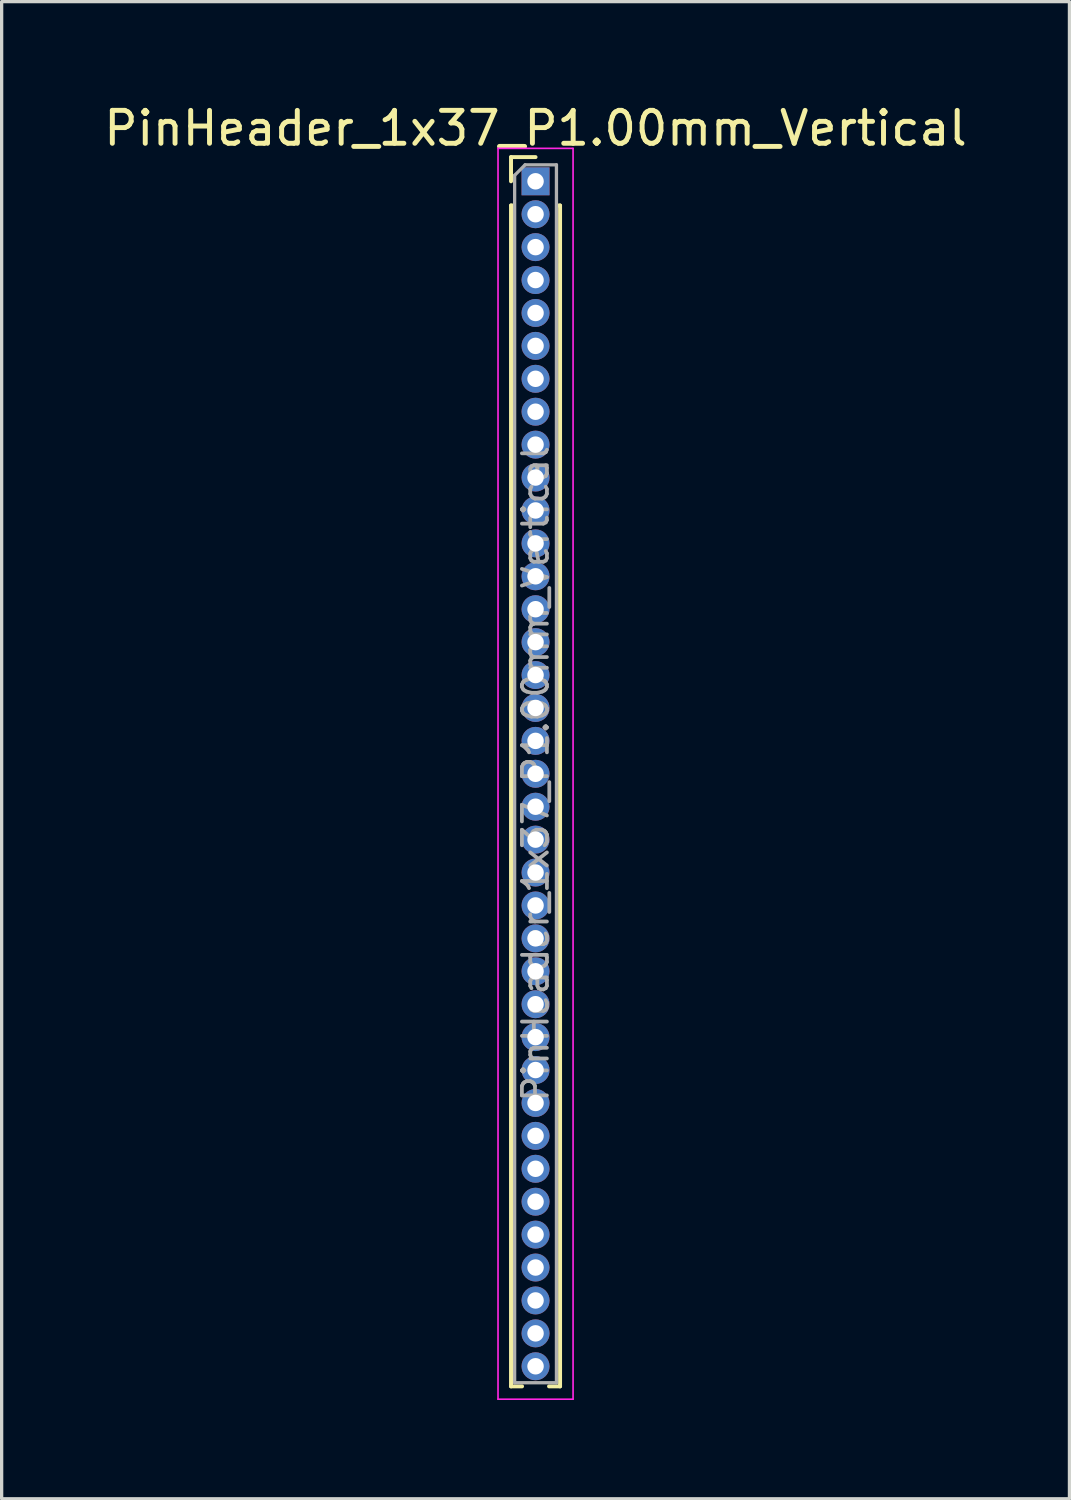
<source format=kicad_pcb>
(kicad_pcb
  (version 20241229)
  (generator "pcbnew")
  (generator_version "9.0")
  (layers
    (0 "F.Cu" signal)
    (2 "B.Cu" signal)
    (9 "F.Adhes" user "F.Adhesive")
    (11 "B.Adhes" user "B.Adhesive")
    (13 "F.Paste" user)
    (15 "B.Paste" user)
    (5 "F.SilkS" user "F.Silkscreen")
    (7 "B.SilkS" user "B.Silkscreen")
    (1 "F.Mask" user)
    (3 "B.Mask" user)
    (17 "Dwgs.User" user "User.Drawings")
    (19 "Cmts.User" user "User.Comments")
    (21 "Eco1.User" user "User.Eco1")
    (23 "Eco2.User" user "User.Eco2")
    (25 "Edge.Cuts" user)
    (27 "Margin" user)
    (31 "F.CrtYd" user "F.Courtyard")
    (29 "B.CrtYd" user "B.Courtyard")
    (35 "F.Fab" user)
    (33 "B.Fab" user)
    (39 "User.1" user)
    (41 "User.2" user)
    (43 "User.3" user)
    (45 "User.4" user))
  (footprint "PinHeader_1x37_P1.00mm_Vertical"
    (layer "F.Cu")
    (at 13.22 2.458)
    (property "Reference" "PinHeader_1x37_P1.00mm_Vertical" (at 0 -1.61 0) (layer "F.SilkS") (effects (font (size 1 1) (thickness 0.15))))
    (attr through_hole)
    (fp_line (start -0.745 -0.735) (end 0 -0.735) (stroke (width 0.12) (type solid)) (layer "F.SilkS"))
    (fp_line (start -0.745 0) (end -0.745 -0.735) (stroke (width 0.12) (type solid)) (layer "F.SilkS"))
    (fp_line (start -0.745 0.735) (end -0.745 36.61) (stroke (width 0.12) (type solid)) (layer "F.SilkS"))
    (fp_line (start -0.745 0.735) (end -0.686 0.735) (stroke (width 0.12) (type solid)) (layer "F.SilkS"))
    (fp_line (start -0.745 36.61) (end -0.41 36.61) (stroke (width 0.12) (type solid)) (layer "F.SilkS"))
    (fp_line (start 0.41 36.61) (end 0.745 36.61) (stroke (width 0.12) (type solid)) (layer "F.SilkS"))
    (fp_line (start 0.686 0.735) (end 0.745 0.735) (stroke (width 0.12) (type solid)) (layer "F.SilkS"))
    (fp_line (start 0.745 0.735) (end 0.745 36.61) (stroke (width 0.12) (type solid)) (layer "F.SilkS"))
    (fp_line (start -1.14 -1) (end -1.14 37) (stroke (width 0.05) (type solid)) (layer "F.CrtYd"))
    (fp_line (start -1.14 37) (end 1.14 37) (stroke (width 0.05) (type solid)) (layer "F.CrtYd"))
    (fp_line (start 1.14 -1) (end -1.14 -1) (stroke (width 0.05) (type solid)) (layer "F.CrtYd"))
    (fp_line (start 1.14 37) (end 1.14 -1) (stroke (width 0.05) (type solid)) (layer "F.CrtYd"))
    (fp_line (start -0.635 -0.182) (end -0.318 -0.5) (stroke (width 0.1) (type solid)) (layer "F.Fab"))
    (fp_line (start -0.635 36.5) (end -0.635 -0.182) (stroke (width 0.1) (type solid)) (layer "F.Fab"))
    (fp_line (start -0.318 -0.5) (end 0.635 -0.5) (stroke (width 0.1) (type solid)) (layer "F.Fab"))
    (fp_line (start 0.635 -0.5) (end 0.635 36.5) (stroke (width 0.1) (type solid)) (layer "F.Fab"))
    (fp_line (start 0.635 36.5) (end -0.635 36.5) (stroke (width 0.1) (type solid)) (layer "F.Fab"))
    (fp_text user "${REFERENCE}" (at 0 18 90) (layer "F.Fab") (effects (font (size 0.76 0.76) (thickness 0.114))))
    (pad "1" thru_hole rect (at 0 0) (size 0.85 0.85) (drill 0.5) (layers "*.Cu" "*.Mask"))
    (pad "2" thru_hole circle (at 0 1) (size 0.85 0.85) (drill 0.5) (layers "*.Cu" "*.Mask"))
    (pad "3" thru_hole circle (at 0 2) (size 0.85 0.85) (drill 0.5) (layers "*.Cu" "*.Mask"))
    (pad "4" thru_hole circle (at 0 3) (size 0.85 0.85) (drill 0.5) (layers "*.Cu" "*.Mask"))
    (pad "5" thru_hole circle (at 0 4) (size 0.85 0.85) (drill 0.5) (layers "*.Cu" "*.Mask"))
    (pad "6" thru_hole circle (at 0 5) (size 0.85 0.85) (drill 0.5) (layers "*.Cu" "*.Mask"))
    (pad "7" thru_hole circle (at 0 6) (size 0.85 0.85) (drill 0.5) (layers "*.Cu" "*.Mask"))
    (pad "8" thru_hole circle (at 0 7) (size 0.85 0.85) (drill 0.5) (layers "*.Cu" "*.Mask"))
    (pad "9" thru_hole circle (at 0 8) (size 0.85 0.85) (drill 0.5) (layers "*.Cu" "*.Mask"))
    (pad "10" thru_hole circle (at 0 9) (size 0.85 0.85) (drill 0.5) (layers "*.Cu" "*.Mask"))
    (pad "11" thru_hole circle (at 0 10) (size 0.85 0.85) (drill 0.5) (layers "*.Cu" "*.Mask"))
    (pad "12" thru_hole circle (at 0 11) (size 0.85 0.85) (drill 0.5) (layers "*.Cu" "*.Mask"))
    (pad "13" thru_hole circle (at 0 12) (size 0.85 0.85) (drill 0.5) (layers "*.Cu" "*.Mask"))
    (pad "14" thru_hole circle (at 0 13) (size 0.85 0.85) (drill 0.5) (layers "*.Cu" "*.Mask"))
    (pad "15" thru_hole circle (at 0 14) (size 0.85 0.85) (drill 0.5) (layers "*.Cu" "*.Mask"))
    (pad "16" thru_hole circle (at 0 15) (size 0.85 0.85) (drill 0.5) (layers "*.Cu" "*.Mask"))
    (pad "17" thru_hole circle (at 0 16) (size 0.85 0.85) (drill 0.5) (layers "*.Cu" "*.Mask"))
    (pad "18" thru_hole circle (at 0 17) (size 0.85 0.85) (drill 0.5) (layers "*.Cu" "*.Mask"))
    (pad "19" thru_hole circle (at 0 18) (size 0.85 0.85) (drill 0.5) (layers "*.Cu" "*.Mask"))
    (pad "20" thru_hole circle (at 0 19) (size 0.85 0.85) (drill 0.5) (layers "*.Cu" "*.Mask"))
    (pad "21" thru_hole circle (at 0 20) (size 0.85 0.85) (drill 0.5) (layers "*.Cu" "*.Mask"))
    (pad "22" thru_hole circle (at 0 21) (size 0.85 0.85) (drill 0.5) (layers "*.Cu" "*.Mask"))
    (pad "23" thru_hole circle (at 0 22) (size 0.85 0.85) (drill 0.5) (layers "*.Cu" "*.Mask"))
    (pad "24" thru_hole circle (at 0 23) (size 0.85 0.85) (drill 0.5) (layers "*.Cu" "*.Mask"))
    (pad "25" thru_hole circle (at 0 24) (size 0.85 0.85) (drill 0.5) (layers "*.Cu" "*.Mask"))
    (pad "26" thru_hole circle (at 0 25) (size 0.85 0.85) (drill 0.5) (layers "*.Cu" "*.Mask"))
    (pad "27" thru_hole circle (at 0 26) (size 0.85 0.85) (drill 0.5) (layers "*.Cu" "*.Mask"))
    (pad "28" thru_hole circle (at 0 27) (size 0.85 0.85) (drill 0.5) (layers "*.Cu" "*.Mask"))
    (pad "29" thru_hole circle (at 0 28) (size 0.85 0.85) (drill 0.5) (layers "*.Cu" "*.Mask"))
    (pad "30" thru_hole circle (at 0 29) (size 0.85 0.85) (drill 0.5) (layers "*.Cu" "*.Mask"))
    (pad "31" thru_hole circle (at 0 30) (size 0.85 0.85) (drill 0.5) (layers "*.Cu" "*.Mask"))
    (pad "32" thru_hole circle (at 0 31) (size 0.85 0.85) (drill 0.5) (layers "*.Cu" "*.Mask"))
    (pad "33" thru_hole circle (at 0 32) (size 0.85 0.85) (drill 0.5) (layers "*.Cu" "*.Mask"))
    (pad "34" thru_hole circle (at 0 33) (size 0.85 0.85) (drill 0.5) (layers "*.Cu" "*.Mask"))
    (pad "35" thru_hole circle (at 0 34) (size 0.85 0.85) (drill 0.5) (layers "*.Cu" "*.Mask"))
    (pad "36" thru_hole circle (at 0 35) (size 0.85 0.85) (drill 0.5) (layers "*.Cu" "*.Mask"))
    (pad "37" thru_hole circle (at 0 36) (size 0.85 0.85) (drill 0.5) (layers "*.Cu" "*.Mask")))
  (gr_rect
    (start -3 -3)
    (end 29.44 42.483)
    (stroke (width 0.1) (type default))
    (fill no)
    (layer "Edge.Cuts")))
</source>
